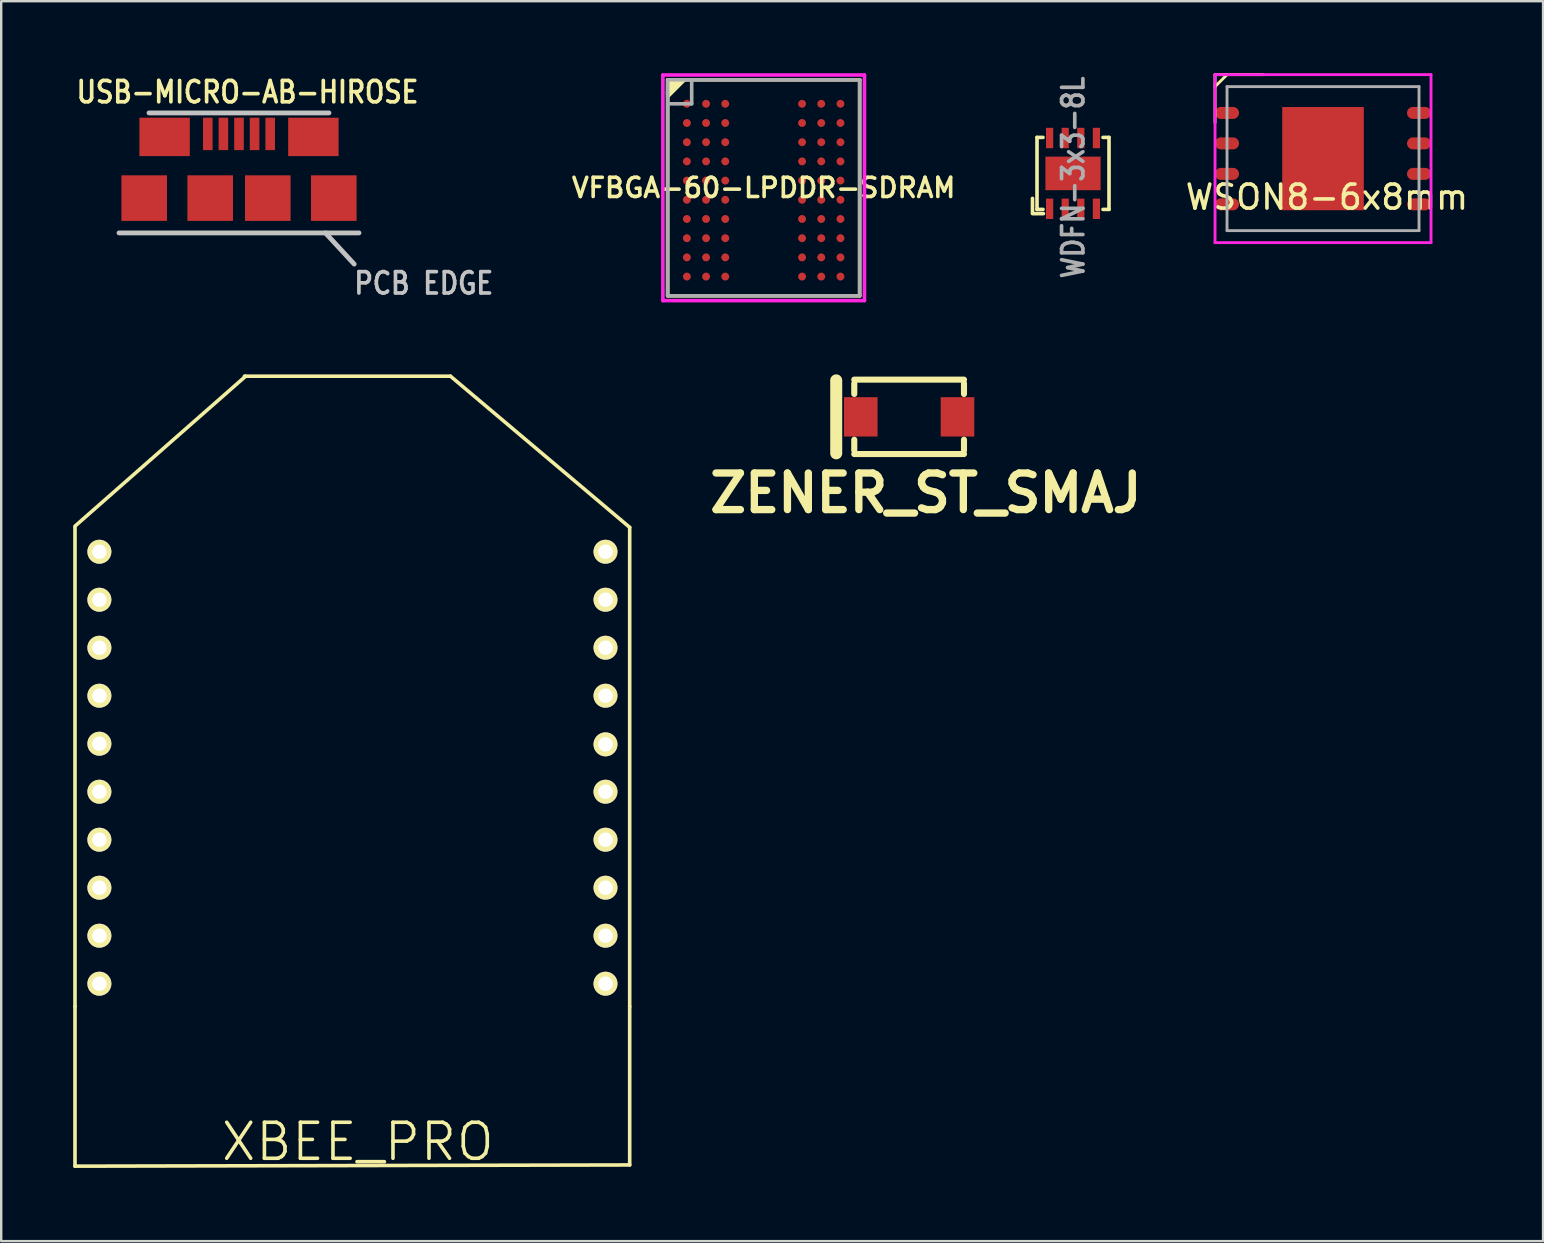
<source format=kicad_pcb>
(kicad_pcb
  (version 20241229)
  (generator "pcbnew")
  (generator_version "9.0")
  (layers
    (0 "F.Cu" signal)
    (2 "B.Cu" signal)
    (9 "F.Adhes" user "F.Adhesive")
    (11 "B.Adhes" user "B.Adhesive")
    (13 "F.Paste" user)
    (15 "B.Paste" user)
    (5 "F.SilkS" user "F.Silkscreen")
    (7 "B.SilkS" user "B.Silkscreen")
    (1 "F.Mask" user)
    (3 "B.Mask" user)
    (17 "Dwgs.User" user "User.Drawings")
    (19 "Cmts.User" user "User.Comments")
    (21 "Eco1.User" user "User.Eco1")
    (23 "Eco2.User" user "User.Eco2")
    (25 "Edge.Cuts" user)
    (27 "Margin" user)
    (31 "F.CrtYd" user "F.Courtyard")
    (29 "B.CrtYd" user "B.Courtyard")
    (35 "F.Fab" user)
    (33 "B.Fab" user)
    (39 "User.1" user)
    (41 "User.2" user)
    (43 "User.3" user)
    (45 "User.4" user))
  (footprint "VFBGA-60-LPDDR-SDRAM"
    (layer "F.Cu")
    (at 28.772 4.775)
    (property "Reference" "VFBGA-60-LPDDR-SDRAM" (at 0 0 0) (layer "F.SilkS") (effects (font (size 0.8 0.8) (thickness 0.15))))
    (attr through_hole)
    (fp_line (start -4 -4.5) (end -4 4.5) (stroke (width 0.15) (type solid)) (layer "F.SilkS"))
    (fp_line (start -4 -4.25) (end -3.75 -4.5) (stroke (width 0.15) (type solid)) (layer "F.SilkS"))
    (fp_line (start -4 -4.1) (end -3.6 -4.5) (stroke (width 0.15) (type solid)) (layer "F.SilkS"))
    (fp_line (start -4 -4) (end -3.5 -4.5) (stroke (width 0.15) (type solid)) (layer "F.SilkS"))
    (fp_line (start -4 -3.9) (end -4 -4) (stroke (width 0.15) (type solid)) (layer "F.SilkS"))
    (fp_line (start -4 -3.8) (end -3.3 -4.5) (stroke (width 0.15) (type solid)) (layer "F.SilkS"))
    (fp_line (start -4 4.5) (end 4 4.5) (stroke (width 0.15) (type solid)) (layer "F.SilkS"))
    (fp_line (start -3.4 -4.5) (end -4 -3.9) (stroke (width 0.15) (type solid)) (layer "F.SilkS"))
    (fp_line (start 4 -4.5) (end -4 -4.5) (stroke (width 0.15) (type solid)) (layer "F.SilkS"))
    (fp_line (start 4 4.5) (end 4 -4.5) (stroke (width 0.15) (type solid)) (layer "F.SilkS"))
    (fp_line (start -4.2 -4.7) (end 4.2 -4.7) (stroke (width 0.15) (type solid)) (layer "F.CrtYd"))
    (fp_line (start -4.2 4.7) (end -4.2 -4.7) (stroke (width 0.15) (type solid)) (layer "F.CrtYd"))
    (fp_line (start 4.2 -4.7) (end 4.2 4.7) (stroke (width 0.15) (type solid)) (layer "F.CrtYd"))
    (fp_line (start 4.2 4.7) (end -4.2 4.7) (stroke (width 0.15) (type solid)) (layer "F.CrtYd"))
    (fp_line (start -4 -4.5) (end 4 -4.5) (stroke (width 0.15) (type solid)) (layer "F.Fab"))
    (fp_line (start -4 4.5) (end -4 -4.5) (stroke (width 0.15) (type solid)) (layer "F.Fab"))
    (fp_line (start -3 -4.5) (end -3 -3.5) (stroke (width 0.15) (type solid)) (layer "F.Fab"))
    (fp_line (start -3 -3.5) (end -4 -3.5) (stroke (width 0.15) (type solid)) (layer "F.Fab"))
    (fp_line (start 4 -4.5) (end 4 4.5) (stroke (width 0.15) (type solid)) (layer "F.Fab"))
    (fp_line (start 4 4.5) (end -4 4.5) (stroke (width 0.15) (type solid)) (layer "F.Fab"))
    (pad "A1" smd circle (at -3.2 -3.5) (size 0.33 0.33) (layers "F.Cu" "F.Mask" "F.Paste"))
    (pad "A2" smd circle (at -2.4 -3.5) (size 0.33 0.33) (layers "F.Cu" "F.Mask" "F.Paste"))
    (pad "A3" smd circle (at -1.6 -3.5) (size 0.33 0.33) (layers "F.Cu" "F.Mask" "F.Paste"))
    (pad "A7" smd circle (at 1.6 -3.5) (size 0.33 0.33) (layers "F.Cu" "F.Mask" "F.Paste"))
    (pad "A8" smd circle (at 2.4 -3.5) (size 0.33 0.33) (layers "F.Cu" "F.Mask" "F.Paste"))
    (pad "A9" smd circle (at 3.2 -3.5) (size 0.33 0.33) (layers "F.Cu" "F.Mask" "F.Paste"))
    (pad "B1" smd circle (at -3.2 -2.7) (size 0.33 0.33) (layers "F.Cu" "F.Mask" "F.Paste"))
    (pad "B2" smd circle (at -2.4 -2.7) (size 0.33 0.33) (layers "F.Cu" "F.Mask" "F.Paste"))
    (pad "B3" smd circle (at -1.6 -2.7) (size 0.33 0.33) (layers "F.Cu" "F.Mask" "F.Paste"))
    (pad "B7" smd circle (at 1.6 -2.7) (size 0.33 0.33) (layers "F.Cu" "F.Mask" "F.Paste"))
    (pad "B8" smd circle (at 2.4 -2.7) (size 0.33 0.33) (layers "F.Cu" "F.Mask" "F.Paste"))
    (pad "B9" smd circle (at 3.2 -2.7) (size 0.33 0.33) (layers "F.Cu" "F.Mask" "F.Paste"))
    (pad "C1" smd circle (at -3.2 -1.9) (size 0.33 0.33) (layers "F.Cu" "F.Mask" "F.Paste"))
    (pad "C2" smd circle (at -2.4 -1.9) (size 0.33 0.33) (layers "F.Cu" "F.Mask" "F.Paste"))
    (pad "C3" smd circle (at -1.6 -1.9) (size 0.33 0.33) (layers "F.Cu" "F.Mask" "F.Paste"))
    (pad "C7" smd circle (at 1.6 -1.9) (size 0.33 0.33) (layers "F.Cu" "F.Mask" "F.Paste"))
    (pad "C8" smd circle (at 2.4 -1.9) (size 0.33 0.33) (layers "F.Cu" "F.Mask" "F.Paste"))
    (pad "C9" smd circle (at 3.2 -1.9) (size 0.33 0.33) (layers "F.Cu" "F.Mask" "F.Paste"))
    (pad "D1" smd circle (at -3.2 -1.1) (size 0.33 0.33) (layers "F.Cu" "F.Mask" "F.Paste"))
    (pad "D2" smd circle (at -2.4 -1.1) (size 0.33 0.33) (layers "F.Cu" "F.Mask" "F.Paste"))
    (pad "D3" smd circle (at -1.6 -1.1) (size 0.33 0.33) (layers "F.Cu" "F.Mask" "F.Paste"))
    (pad "D7" smd circle (at 1.6 -1.1) (size 0.33 0.33) (layers "F.Cu" "F.Mask" "F.Paste"))
    (pad "D8" smd circle (at 2.4 -1.1) (size 0.33 0.33) (layers "F.Cu" "F.Mask" "F.Paste"))
    (pad "D9" smd circle (at 3.2 -1.1) (size 0.33 0.33) (layers "F.Cu" "F.Mask" "F.Paste"))
    (pad "E1" smd circle (at -3.2 -0.3) (size 0.33 0.33) (layers "F.Cu" "F.Mask" "F.Paste"))
    (pad "E2" smd circle (at -2.4 -0.3) (size 0.33 0.33) (layers "F.Cu" "F.Mask" "F.Paste"))
    (pad "E3" smd circle (at -1.6 -0.3) (size 0.33 0.33) (layers "F.Cu" "F.Mask" "F.Paste"))
    (pad "E7" smd circle (at 1.6 -0.3) (size 0.33 0.33) (layers "F.Cu" "F.Mask" "F.Paste"))
    (pad "E8" smd circle (at 2.4 -0.3) (size 0.33 0.33) (layers "F.Cu" "F.Mask" "F.Paste"))
    (pad "E9" smd circle (at 3.2 -0.3) (size 0.33 0.33) (layers "F.Cu" "F.Mask" "F.Paste"))
    (pad "F1" smd circle (at -3.2 0.5) (size 0.33 0.33) (layers "F.Cu" "F.Mask" "F.Paste"))
    (pad "F2" smd circle (at -2.4 0.5) (size 0.33 0.33) (layers "F.Cu" "F.Mask" "F.Paste"))
    (pad "F3" smd circle (at -1.6 0.5) (size 0.33 0.33) (layers "F.Cu" "F.Mask" "F.Paste"))
    (pad "F7" smd circle (at 1.6 0.5) (size 0.33 0.33) (layers "F.Cu" "F.Mask" "F.Paste"))
    (pad "F8" smd circle (at 2.4 0.5) (size 0.33 0.33) (layers "F.Cu" "F.Mask" "F.Paste"))
    (pad "F9" smd circle (at 3.2 0.5) (size 0.33 0.33) (layers "F.Cu" "F.Mask" "F.Paste"))
    (pad "G1" smd circle (at -3.2 1.3) (size 0.33 0.33) (layers "F.Cu" "F.Mask" "F.Paste"))
    (pad "G2" smd circle (at -2.4 1.3) (size 0.33 0.33) (layers "F.Cu" "F.Mask" "F.Paste"))
    (pad "G3" smd circle (at -1.6 1.3) (size 0.33 0.33) (layers "F.Cu" "F.Mask" "F.Paste"))
    (pad "G7" smd circle (at 1.6 1.3) (size 0.33 0.33) (layers "F.Cu" "F.Mask" "F.Paste"))
    (pad "G8" smd circle (at 2.4 1.3) (size 0.33 0.33) (layers "F.Cu" "F.Mask" "F.Paste"))
    (pad "G9" smd circle (at 3.2 1.3) (size 0.33 0.33) (layers "F.Cu" "F.Mask" "F.Paste"))
    (pad "H1" smd circle (at -3.2 2.1) (size 0.33 0.33) (layers "F.Cu" "F.Mask" "F.Paste"))
    (pad "H2" smd circle (at -2.4 2.1) (size 0.33 0.33) (layers "F.Cu" "F.Mask" "F.Paste"))
    (pad "H3" smd circle (at -1.6 2.1) (size 0.33 0.33) (layers "F.Cu" "F.Mask" "F.Paste"))
    (pad "H7" smd circle (at 1.6 2.1) (size 0.33 0.33) (layers "F.Cu" "F.Mask" "F.Paste"))
    (pad "H8" smd circle (at 2.4 2.1) (size 0.33 0.33) (layers "F.Cu" "F.Mask" "F.Paste"))
    (pad "H9" smd circle (at 3.2 2.1) (size 0.33 0.33) (layers "F.Cu" "F.Mask" "F.Paste"))
    (pad "J1" smd circle (at -3.2 2.9) (size 0.33 0.33) (layers "F.Cu" "F.Mask" "F.Paste"))
    (pad "J2" smd circle (at -2.4 2.9) (size 0.33 0.33) (layers "F.Cu" "F.Mask" "F.Paste"))
    (pad "J3" smd circle (at -1.6 2.9) (size 0.33 0.33) (layers "F.Cu" "F.Mask" "F.Paste"))
    (pad "J7" smd circle (at 1.6 2.9) (size 0.33 0.33) (layers "F.Cu" "F.Mask" "F.Paste"))
    (pad "J8" smd circle (at 2.4 2.9) (size 0.33 0.33) (layers "F.Cu" "F.Mask" "F.Paste"))
    (pad "J9" smd circle (at 3.2 2.9) (size 0.33 0.33) (layers "F.Cu" "F.Mask" "F.Paste"))
    (pad "K1" smd circle (at -3.2 3.7) (size 0.33 0.33) (layers "F.Cu" "F.Mask" "F.Paste"))
    (pad "K2" smd circle (at -2.4 3.7) (size 0.33 0.33) (layers "F.Cu" "F.Mask" "F.Paste"))
    (pad "K3" smd circle (at -1.6 3.7) (size 0.33 0.33) (layers "F.Cu" "F.Mask" "F.Paste"))
    (pad "K7" smd circle (at 1.6 3.7) (size 0.33 0.33) (layers "F.Cu" "F.Mask" "F.Paste"))
    (pad "K8" smd circle (at 2.4 3.7) (size 0.33 0.33) (layers "F.Cu" "F.Mask" "F.Paste"))
    (pad "K9" smd circle (at 3.2 3.7) (size 0.33 0.33) (layers "F.Cu" "F.Mask" "F.Paste")))
  (footprint "WDFN-3x3-8L"
    (layer "F.Cu")
    (at 41.662 4.176)
    (property "Reference" "WDFN-3x3-8L" (at 0.008 0.168 270) (layer "F.Fab") (effects (font (size 0.889 0.762) (thickness 0.152))))
    (attr smd)
    (fp_line (start -1.689 1.041) (end -1.689 1.64) (stroke (width 0.15) (type solid)) (layer "F.SilkS"))
    (fp_line (start -1.689 1.676) (end -1.232 1.676) (stroke (width 0.15) (type solid)) (layer "F.SilkS"))
    (fp_line (start -1.5 -1.5) (end -1.5 1.5) (stroke (width 0.15) (type solid)) (layer "F.SilkS"))
    (fp_line (start -1.5 -1.5) (end -1.25 -1.5) (stroke (width 0.15) (type solid)) (layer "F.SilkS"))
    (fp_line (start -1.5 1.5) (end -1.25 1.5) (stroke (width 0.15) (type solid)) (layer "F.SilkS"))
    (fp_line (start 1.5 -1.5) (end 1.25 -1.5) (stroke (width 0.15) (type solid)) (layer "F.SilkS"))
    (fp_line (start 1.5 -1.5) (end 1.5 1.5) (stroke (width 0.15) (type solid)) (layer "F.SilkS"))
    (fp_line (start 1.5 1.5) (end 1.25 1.5) (stroke (width 0.15) (type solid)) (layer "F.SilkS"))
    (pad "1" smd rect (at -0.975 1.475) (size 0.3 0.85) (layers "F.Cu" "F.Mask" "F.Paste"))
    (pad "2" smd rect (at -0.325 1.475) (size 0.3 0.85) (layers "F.Cu" "F.Mask" "F.Paste"))
    (pad "3" smd rect (at 0.325 1.475) (size 0.3 0.85) (layers "F.Cu" "F.Mask" "F.Paste"))
    (pad "4" smd rect (at 0.975 1.475) (size 0.3 0.85) (layers "F.Cu" "F.Mask" "F.Paste"))
    (pad "5" smd rect (at 0.975 -1.475) (size 0.3 0.85) (layers "F.Cu" "F.Mask" "F.Paste"))
    (pad "6" smd rect (at 0.325 -1.475) (size 0.3 0.85) (layers "F.Cu" "F.Mask" "F.Paste"))
    (pad "7" smd rect (at -0.325 -1.475) (size 0.3 0.85) (layers "F.Cu" "F.Mask" "F.Paste"))
    (pad "8" smd rect (at -0.975 -1.475) (size 0.3 0.85) (layers "F.Cu" "F.Mask" "F.Paste"))
    (pad "GND" smd rect (at 0 0) (size 2.3 1.4) (layers "F.Cu" "F.Mask" "F.Paste")))
  (footprint "ZENER_ST_SMAJ"
    (layer "F.Cu")
    (at 34.833 14.32)
    (property "Reference" "ZENER_ST_SMAJ" (at 0.699 3.175 0) (layer "F.SilkS") (effects (font (size 1.524 1.524) (thickness 0.305))))
    (attr through_hole)
    (fp_line (start -3.038 1.52) (end -3.038 -1.52) (stroke (width 0.5) (type solid)) (layer "F.SilkS"))
    (fp_line (start -2.286 -1.397) (end -2.286 -0.953) (stroke (width 0.254) (type solid)) (layer "F.SilkS"))
    (fp_line (start -2.286 0.953) (end -2.286 1.397) (stroke (width 0.254) (type solid)) (layer "F.SilkS"))
    (fp_line (start -2.286 1.55) (end 2.286 1.55) (stroke (width 0.254) (type solid)) (layer "F.SilkS"))
    (fp_line (start 2.286 -1.55) (end -2.286 -1.55) (stroke (width 0.254) (type solid)) (layer "F.SilkS"))
    (fp_line (start 2.286 -0.953) (end 2.286 -1.397) (stroke (width 0.254) (type solid)) (layer "F.SilkS"))
    (fp_line (start 2.286 1.397) (end 2.286 0.953) (stroke (width 0.254) (type solid)) (layer "F.SilkS"))
    (pad "A" smd rect (at 2.015 0) (size 1.4 1.64) (layers "F.Cu" "F.Mask" "F.Paste"))
    (pad "C" smd rect (at -2.015 0) (size 1.4 1.64) (layers "F.Cu" "F.Mask" "F.Paste")))
  (footprint "WSON8-6x8mm"
    (layer "F.Cu")
    (at 52.08 3.56)
    (property "Reference" "WSON8-6x8mm" (at 0.163 1.605 0) (layer "F.SilkS") (effects (font (size 1 1) (thickness 0.15))))
    (attr through_hole)
    (fp_line (start -4.5 -3.5) (end -4.5 -1.5) (stroke (width 0.12) (type solid)) (layer "F.SilkS"))
    (fp_line (start -4.5 -3.5) (end -2.5 -3.5) (stroke (width 0.12) (type solid)) (layer "F.SilkS"))
    (fp_line (start -4.5 -3) (end -4 -3.5) (stroke (width 0.12) (type solid)) (layer "F.SilkS"))
    (fp_line (start -4.5 -3.5) (end 4.5 -3.5) (stroke (width 0.12) (type solid)) (layer "F.CrtYd"))
    (fp_line (start -4.5 3.5) (end -4.5 -3.5) (stroke (width 0.12) (type solid)) (layer "F.CrtYd"))
    (fp_line (start 4.5 -3.5) (end 4.5 3.5) (stroke (width 0.12) (type solid)) (layer "F.CrtYd"))
    (fp_line (start 4.5 3.5) (end -4.5 3.5) (stroke (width 0.12) (type solid)) (layer "F.CrtYd"))
    (fp_line (start -4 -3) (end 4 -3) (stroke (width 0.12) (type solid)) (layer "F.Fab"))
    (fp_line (start -4 3) (end -4 -3) (stroke (width 0.12) (type solid)) (layer "F.Fab"))
    (fp_line (start 4 -3) (end 4 3) (stroke (width 0.12) (type solid)) (layer "F.Fab"))
    (fp_line (start 4 3) (end -4 3) (stroke (width 0.12) (type solid)) (layer "F.Fab"))
    (pad "1" smd oval (at -4 -1.905) (size 1 0.5) (layers "F.Cu" "F.Mask" "F.Paste"))
    (pad "2" smd oval (at -4 -0.635) (size 1 0.5) (layers "F.Cu" "F.Mask" "F.Paste"))
    (pad "3" smd oval (at -4 0.635) (size 1 0.5) (layers "F.Cu" "F.Mask" "F.Paste"))
    (pad "4" smd oval (at -4 1.905) (size 1 0.5) (layers "F.Cu" "F.Mask" "F.Paste"))
    (pad "4" smd rect (at 0 0) (size 3.4 4.3) (layers "F.Cu" "F.Mask" "F.Paste"))
    (pad "5" smd oval (at 4 1.905) (size 1 0.5) (layers "F.Cu" "F.Mask" "F.Paste"))
    (pad "6" smd oval (at 4 0.635) (size 1 0.5) (layers "F.Cu" "F.Mask" "F.Paste"))
    (pad "7" smd oval (at 4 -0.635) (size 1 0.5) (layers "F.Cu" "F.Mask" "F.Paste"))
    (pad "8" smd oval (at 4 -1.905) (size 1 0.5) (layers "F.Cu" "F.Mask" "F.Paste")))
  (footprint "XBEE_PRO"
    (layer "F.Cu")
    (at 12.013 27.967)
    (property "Reference" "XBEE_PRO" (at -0.152 16.561 0) (layer "F.SilkS") (effects (font (size 1.5 1.5) (thickness 0.15))))
    (attr through_hole)
    (fp_line (start -11.938 -9.093) (end -4.826 -15.342) (stroke (width 0.15) (type solid)) (layer "F.SilkS"))
    (fp_line (start -11.938 -9.042) (end -11.938 10.922) (stroke (width 0.15) (type solid)) (layer "F.SilkS"))
    (fp_line (start -11.938 10.922) (end -11.938 17.577) (stroke (width 0.15) (type solid)) (layer "F.SilkS"))
    (fp_line (start -11.938 17.577) (end 11.176 17.526) (stroke (width 0.15) (type solid)) (layer "F.SilkS"))
    (fp_line (start 3.708 -15.342) (end -4.877 -15.342) (stroke (width 0.15) (type solid)) (layer "F.SilkS"))
    (fp_line (start 11.176 -9.042) (end 3.708 -15.342) (stroke (width 0.15) (type solid)) (layer "F.SilkS"))
    (fp_line (start 11.176 10.922) (end 11.176 -9.042) (stroke (width 0.15) (type solid)) (layer "F.SilkS"))
    (fp_line (start 11.176 17.526) (end 11.176 10.922) (stroke (width 0.15) (type solid)) (layer "F.SilkS"))
    (pad "1" thru_hole circle (at -10.922 -8.026) (size 1 1) (drill 0.6) (layers "*.Cu" "*.Mask" "F.SilkS"))
    (pad "2" thru_hole circle (at -10.922 -6.026) (size 1 1) (drill 0.6) (layers "*.Cu" "*.Mask" "F.SilkS"))
    (pad "3" thru_hole circle (at -10.922 -4.026) (size 1 1) (drill 0.6) (layers "*.Cu" "*.Mask" "F.SilkS"))
    (pad "4" thru_hole circle (at -10.922 -2.026) (size 1 1) (drill 0.6) (layers "*.Cu" "*.Mask" "F.SilkS"))
    (pad "5" thru_hole circle (at -10.922 -0.026) (size 1 1) (drill 0.6) (layers "*.Cu" "*.Mask" "F.SilkS"))
    (pad "6" thru_hole circle (at -10.922 1.974) (size 1 1) (drill 0.6) (layers "*.Cu" "*.Mask" "F.SilkS"))
    (pad "7" thru_hole circle (at -10.922 3.974) (size 1 1) (drill 0.6) (layers "*.Cu" "*.Mask" "F.SilkS"))
    (pad "8" thru_hole circle (at -10.922 5.974) (size 1 1) (drill 0.6) (layers "*.Cu" "*.Mask" "F.SilkS"))
    (pad "9" thru_hole circle (at -10.922 7.974) (size 1 1) (drill 0.6) (layers "*.Cu" "*.Mask" "F.SilkS"))
    (pad "10" thru_hole circle (at -10.922 9.974) (size 1 1) (drill 0.6) (layers "*.Cu" "*.Mask" "F.SilkS"))
    (pad "11" thru_hole circle (at 10.168 9.974) (size 1 1) (drill 0.6) (layers "*.Cu" "*.Mask" "F.SilkS"))
    (pad "12" thru_hole circle (at 10.168 7.974) (size 1 1) (drill 0.6) (layers "*.Cu" "*.Mask" "F.SilkS"))
    (pad "13" thru_hole circle (at 10.168 5.974) (size 1 1) (drill 0.6) (layers "*.Cu" "*.Mask" "F.SilkS"))
    (pad "14" thru_hole circle (at 10.168 3.974) (size 1 1) (drill 0.6) (layers "*.Cu" "*.Mask" "F.SilkS"))
    (pad "15" thru_hole circle (at 10.168 1.974) (size 1 1) (drill 0.6) (layers "*.Cu" "*.Mask" "F.SilkS"))
    (pad "16" thru_hole circle (at 10.168 0) (size 1 1) (drill 0.6) (layers "*.Cu" "*.Mask" "F.SilkS"))
    (pad "17" thru_hole circle (at 10.168 -2.026) (size 1 1) (drill 0.6) (layers "*.Cu" "*.Mask" "F.SilkS"))
    (pad "18" thru_hole circle (at 10.168 -4.026) (size 1 1) (drill 0.6) (layers "*.Cu" "*.Mask" "F.SilkS"))
    (pad "19" thru_hole circle (at 10.168 -6.026) (size 1 1) (drill 0.6) (layers "*.Cu" "*.Mask" "F.SilkS"))
    (pad "20" thru_hole circle (at 10.168 -8.026) (size 1 1) (drill 0.6) (layers "*.Cu" "*.Mask" "F.SilkS")))
  (footprint "USB-MICRO-AB-HIROSE"
    (layer "F.Cu")
    (at 6.909 6.655)
    (property "Reference" "USB-MICRO-AB-HIROSE" (at 0.356 -5.867 0) (layer "F.SilkS") (effects (font (size 0.889 0.762) (thickness 0.152))))
    (attr through_hole)
    (fp_line (start -5 0) (end 5 0) (stroke (width 0.2) (type solid)) (layer "Dwgs.User"))
    (fp_line (start 3.6 0) (end 4.8 1.3) (stroke (width 0.2) (type solid)) (layer "Dwgs.User"))
    (fp_line (start 3.75 -5) (end -3.75 -5) (stroke (width 0.2) (type solid)) (layer "Dwgs.User"))
    (fp_text user "PCB EDGE" (at 7.7 2.1 0) (layer "Dwgs.User") (effects (font (size 0.889 0.762) (thickness 0.152))))
    (pad "1" smd rect (at -1.3 -4.125) (size 0.4 1.35) (layers "F.Cu" "F.Mask" "F.Paste"))
    (pad "2" smd rect (at -0.65 -4.125) (size 0.4 1.35) (layers "F.Cu" "F.Mask" "F.Paste"))
    (pad "3" smd rect (at 0 -4.125) (size 0.4 1.35) (layers "F.Cu" "F.Mask" "F.Paste"))
    (pad "4" smd rect (at 0.65 -4.125) (size 0.4 1.35) (layers "F.Cu" "F.Mask" "F.Paste"))
    (pad "5" smd rect (at 1.3 -4.125) (size 0.4 1.35) (layers "F.Cu" "F.Mask" "F.Paste"))
    (pad "6" smd rect (at -3.95 -1.45) (size 1.9 1.9) (layers "F.Cu" "F.Mask" "F.Paste"))
    (pad "6" smd rect (at -3.1 -4) (size 2.1 1.6) (layers "F.Cu" "F.Mask" "F.Paste"))
    (pad "6" smd rect (at -1.2 -1.45) (size 1.9 1.9) (layers "F.Cu" "F.Mask" "F.Paste"))
    (pad "6" smd rect (at 1.2 -1.45) (size 1.9 1.9) (layers "F.Cu" "F.Mask" "F.Paste"))
    (pad "6" smd rect (at 3.1 -4) (size 2.1 1.6) (layers "F.Cu" "F.Mask" "F.Paste"))
    (pad "6" smd rect (at 3.95 -1.45) (size 1.9 1.9) (layers "F.Cu" "F.Mask" "F.Paste")))
  (gr_rect
    (start -3 -3)
    (end 61.249 48.668)
    (stroke (width 0.1) (type default))
    (fill no)
    (layer "Edge.Cuts")))
</source>
